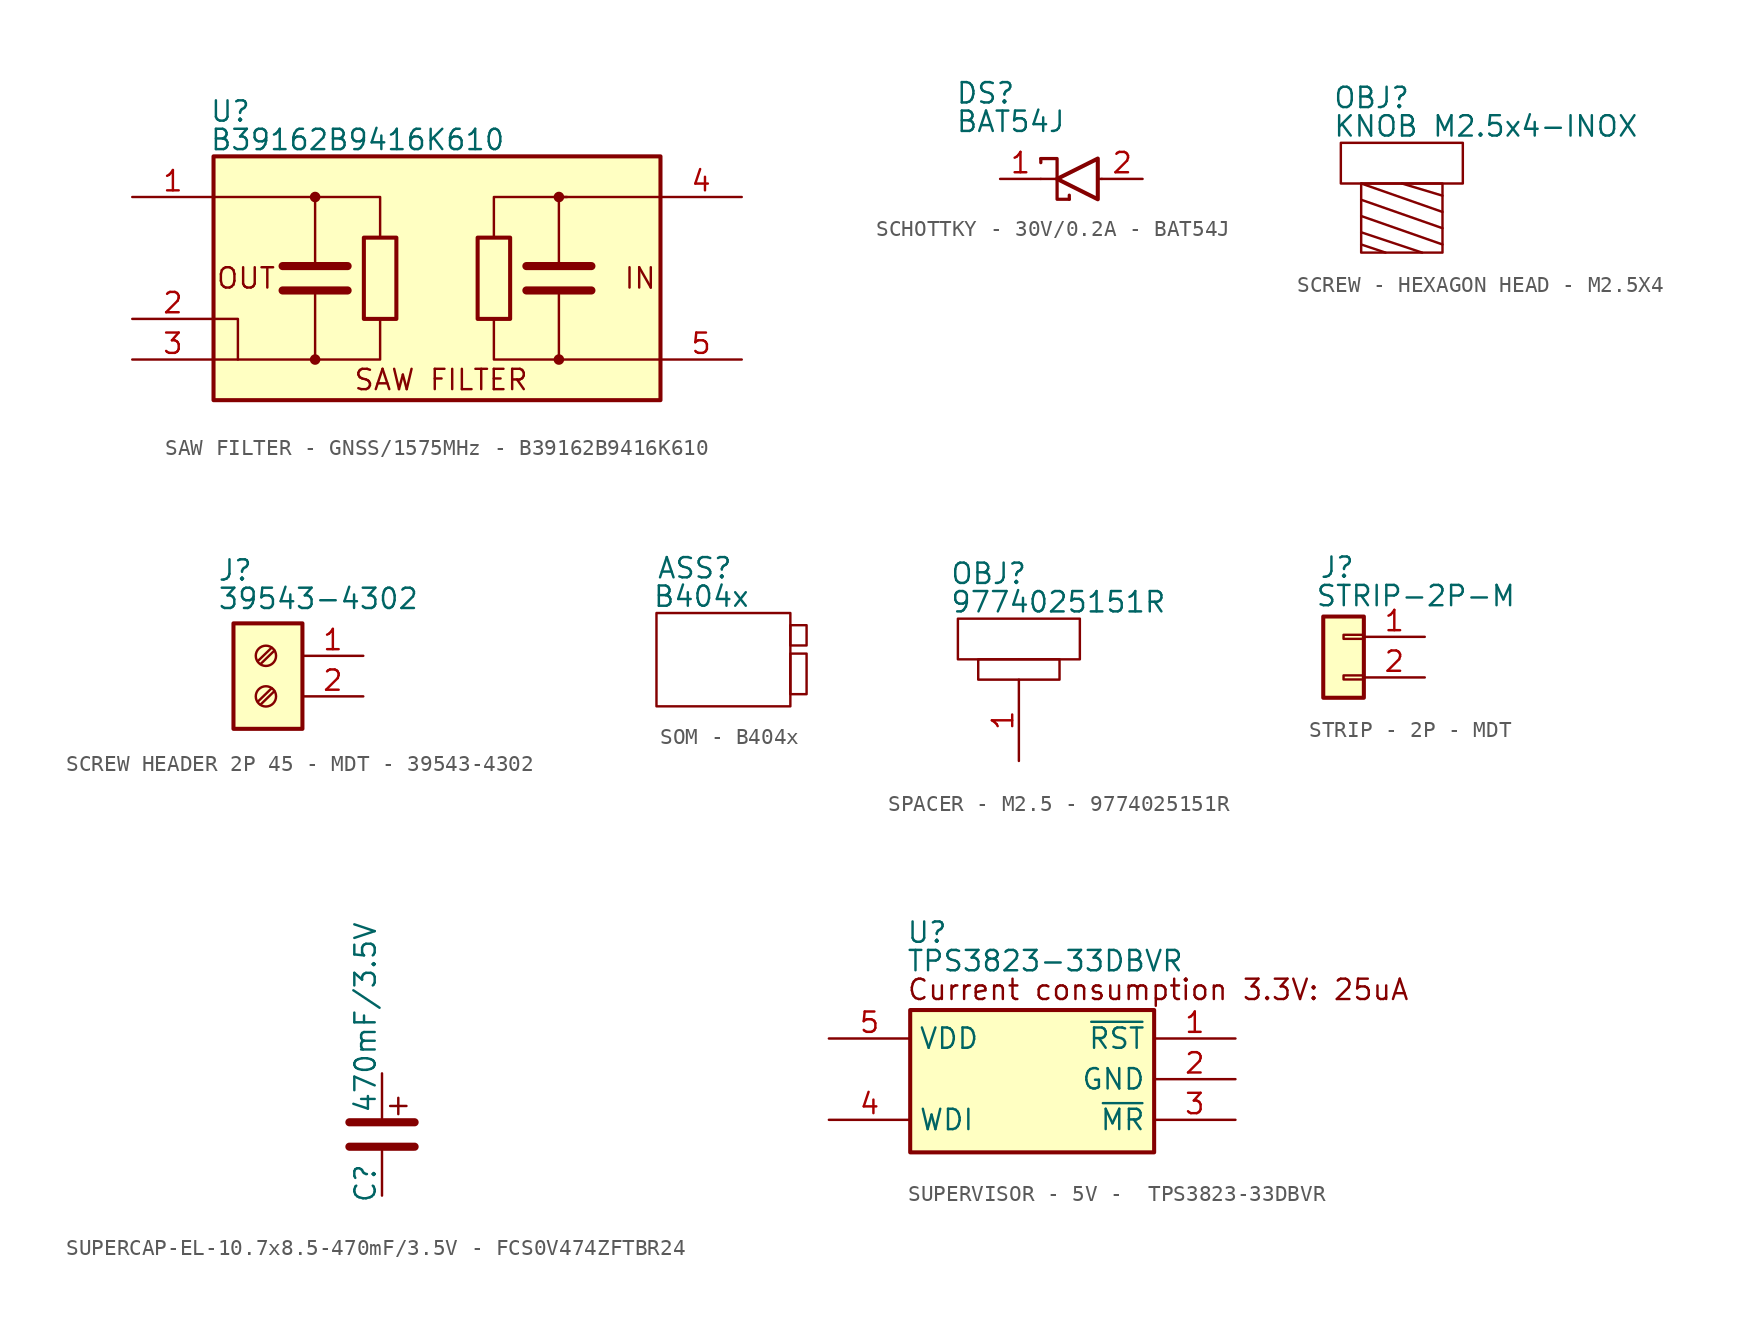
<source format=kicad_sym>
(kicad_symbol_lib
  (version 20241209)
  (generator "kicad_symbol_editor")
  (generator_version "9.0")
  (symbol "SAW FILTER - GNSS/1575MHz - B39162B9416K610"
    (pin_names
      (hide yes))
    (property "Reference" "U"
      (at -14.224 11.176 0)
      (effects (font (size 1.27 1.27)) (justify left top)))
    (property "Value" "B39162B9416K610"
      (at -14.224 9.398 0)
      (effects (font (size 1.27 1.27)) (justify left top)))
    (symbol "SAW FILTER - GNSS/1575MHz - B39162B9416K610_0_1"
      (polyline (pts (xy -9.652 0.762) (xy -5.588 0.762)) (stroke (width 0.508) (type default)) (fill (type none)))
      (polyline (pts (xy -9.652 -0.762) (xy -5.588 -0.762)) (stroke (width 0.508) (type default)) (fill (type none)))
      (polyline (pts (xy -7.62 1.016) (xy -7.62 5.08) (xy -13.97 5.08)) (stroke (width 0) (type default)) (fill (type none)))
      (polyline (pts (xy -7.62 -1.016) (xy -7.62 -5.08) (xy -13.97 -5.08)) (stroke (width 0) (type default)) (fill (type none)))
      (rectangle (start -4.572 2.54) (end -2.54 -2.54) (stroke (width 0.254) (type default)) (fill (type none)))
      (polyline (pts (xy -3.556 2.54) (xy -3.556 5.08) (xy -7.62 5.08)) (stroke (width 0) (type default)) (fill (type none)))
      (polyline (pts (xy -3.556 -2.54) (xy -3.556 -5.08) (xy -7.62 -5.08)) (stroke (width 0) (type default)) (fill (type none)))
      (rectangle (start 2.54 2.54) (end 4.572 -2.54) (stroke (width 0.254) (type default)) (fill (type none)))
      (polyline (pts (xy 3.556 2.54) (xy 3.556 5.08) (xy 8.128 5.08)) (stroke (width 0) (type default)) (fill (type none)))
      (polyline (pts (xy 3.556 -2.54) (xy 3.556 -5.08) (xy 7.62 -5.08)) (stroke (width 0) (type default)) (fill (type none)))
      (polyline (pts (xy 7.62 1.016) (xy 7.62 5.08) (xy 13.97 5.08)) (stroke (width 0) (type default)) (fill (type none)))
      (polyline (pts (xy 7.62 -1.016) (xy 7.62 -5.08) (xy 13.97 -5.08)) (stroke (width 0) (type default)) (fill (type none)))
      (polyline (pts (xy 9.652 0.762) (xy 5.588 0.762)) (stroke (width 0.508) (type default)) (fill (type none)))
      (polyline (pts (xy 9.652 -0.762) (xy 5.588 -0.762)) (stroke (width 0.508) (type default)) (fill (type none))))
    (symbol "SAW FILTER - GNSS/1575MHz - B39162B9416K610_1_1"
      (rectangle (start -13.97 7.62) (end 13.97 -7.62) (stroke (width 0.254) (type default)) (fill (type background)))
      (polyline (pts (xy -13.97 -2.54) (xy -12.446 -2.54) (xy -12.446 -5.08)) (stroke (width 0) (type default)) (fill (type none)))
      (circle (center -7.62 5.08) (radius 0.254) (stroke (width 0) (type default)) (fill (type color) (color 132 0 0 1)))
      (circle (center -7.62 -5.08) (radius 0.254) (stroke (width 0) (type default)) (fill (type color) (color 132 0 0 1)))
      (circle (center 7.62 5.08) (radius 0.254) (stroke (width 0) (type default)) (fill (type color) (color 132 0 0 1)))
      (circle (center 7.62 -5.08) (radius 0.254) (stroke (width 0) (type default)) (fill (type color) (color 132 0 0 1)))
      (text "OUT" (at -11.938 0 0) (effects (font (size 1.27 1.27))))
      (text "SAW FILTER" (at 0.254 -6.35 0) (effects (font (size 1.27 1.27))))
      (text "IN" (at 12.7 0 0) (effects (font (size 1.27 1.27))))
      (pin passive line (at -19.05 5.08 0) (length 5.08) (name "OUT" (effects (font (size 1.27 1.27)))) (number "1" (effects (font (size 1.27 1.27)))))
      (pin passive line (at -19.05 -2.54 0) (length 5.08) (name "GND1" (effects (font (size 1.27 1.27)))) (number "2" (effects (font (size 1.27 1.27)))))
      (pin passive line (at -19.05 -5.08 0) (length 5.08) (name "GND2" (effects (font (size 1.27 1.27)))) (number "3" (effects (font (size 1.27 1.27)))))
      (pin passive line (at 19.05 5.08 180) (length 5.08) (name "IN" (effects (font (size 1.27 1.27)))) (number "4" (effects (font (size 1.27 1.27)))))
      (pin passive line (at 19.05 -5.08 180) (length 5.08) (name "GND3" (effects (font (size 1.27 1.27)))) (number "5" (effects (font (size 1.27 1.27)))))))
  (symbol "SCHOTTKY - 30V/0.2A - BAT54J"
    (property "Reference" "DS"
      (at -6.604 6.096 0)
      (effects (font (size 1.27 1.27)) (justify left top)))
    (property "Value" "BAT54J"
      (at -6.604 4.318 0)
      (effects (font (size 1.27 1.27)) (justify left top)))
    (symbol "SCHOTTKY - 30V/0.2A - BAT54J_0_1"
      (polyline (pts (xy -1.27 1.27) (xy -0.254 1.27) (xy -0.254 -1.27) (xy 0.508 -1.27)) (stroke (width 0.203) (type default)) (fill (type none)))
      (polyline (pts (xy -1.27 0) (xy -0.254 0)) (stroke (width 0) (type default)) (fill (type none)))
      (polyline (pts (xy 2.286 -1.27) (xy 2.286 1.27) (xy -0.254 0) (xy 2.286 -1.27)) (stroke (width 0.254) (type default)) (fill (type none)))
      (polyline (pts (xy 2.54 0) (xy 2.286 0)) (stroke (width 0) (type default)) (fill (type none))))
    (symbol "SCHOTTKY - 30V/0.2A - BAT54J_1_1"
      (polyline (pts (xy -1.27 1.27) (xy -1.27 1.016)) (stroke (width 0.203) (type default)) (fill (type none)))
      (polyline (pts (xy 0.508 -1.27) (xy 0.508 -1.016)) (stroke (width 0.203) (type default)) (fill (type none)))
      (pin passive line (at -3.81 0 0) (length 2.54) (name "" (effects (font (size 1.27 1.27)))) (number "1" (effects (font (size 1.27 1.27)))))
      (pin passive line (at 5.08 0 180) (length 2.54) (name "" (effects (font (size 1.27 1.27)))) (number "2" (effects (font (size 1.27 1.27)))))))
  (symbol "SCREW - HEXAGON HEAD - M2.5X4 "
    (pin_names
      (hide yes))
    (property "Reference" "OBJ"
      (at -4.318 4.826 0)
      (effects (font (size 1.27 1.27)) (justify left top)))
    (property "Value" "KNOB M2.5x4-INOX"
      (at -4.318 3.048 0)
      (effects (font (size 1.27 1.27)) (justify left top)))
    (symbol "SCREW - HEXAGON HEAD - M2.5X4 _0_1"
      (rectangle (start -3.81 1.27) (end 3.81 -1.27) (stroke (width 0) (type default)) (fill (type none)))
      (rectangle (start -2.54 -1.27) (end 2.54 -5.588) (stroke (width 0) (type default)) (fill (type none)))
      (polyline (pts (xy -1.016 -5.588) (xy -2.54 -5.08)) (stroke (width 0) (type default)) (fill (type none)))
      (polyline (pts (xy 1.27 -5.588) (xy -2.54 -4.318)) (stroke (width 0) (type default)) (fill (type none)))
      (polyline (pts (xy 2.54 -2.032) (xy 0 -1.27)) (stroke (width 0) (type default)) (fill (type none)))
      (polyline (pts (xy 2.54 -3.048) (xy -2.54 -1.27)) (stroke (width 0) (type default)) (fill (type none)))
      (polyline (pts (xy 2.54 -4.064) (xy -2.54 -2.286)) (stroke (width 0) (type default)) (fill (type none)))
      (polyline (pts (xy 2.54 -5.08) (xy -2.54 -3.302)) (stroke (width 0) (type default)) (fill (type none)))))
  (symbol "SCREW HEADER 2P 45 - MDT - 39543-4302   "
    (pin_names
      (hide yes))
    (property "Reference" "J"
      (at -7.874 7.366 0)
      (effects (font (size 1.27 1.27)) (justify left top)))
    (property "Value" "39543-4302"
      (at -7.874 5.588 0)
      (effects (font (size 1.27 1.27)) (justify left top)))
    (symbol "SCREW HEADER 2P 45 - MDT - 39543-4302   _1_1"
      (rectangle (start -6.858 3.302) (end -2.54 -3.302) (stroke (width 0.254) (type default)) (fill (type background)))
      (circle (center -4.826 1.27) (radius 0.635) (stroke (width 0.152) (type default)) (fill (type none)))
      (circle (center -4.826 -1.27) (radius 0.635) (stroke (width 0.152) (type default)) (fill (type none)))
      (polyline (pts (xy -4.47 1.778) (xy -5.334 0.94)) (stroke (width 0.152) (type default)) (fill (type none)))
      (polyline (pts (xy -4.47 -0.762) (xy -5.334 -1.6)) (stroke (width 0.152) (type default)) (fill (type none)))
      (polyline (pts (xy -4.293 1.6) (xy -5.156 0.762)) (stroke (width 0.152) (type default)) (fill (type none)))
      (polyline (pts (xy -4.293 -0.94) (xy -5.156 -1.778)) (stroke (width 0.152) (type default)) (fill (type none)))
      (pin passive line (at 1.27 1.27 180) (length 3.81) (name "Pin_1" (effects (font (size 1.27 1.27)))) (number "1" (effects (font (size 1.27 1.27)))))
      (pin passive line (at 1.27 -1.27 180) (length 3.81) (name "Pin_2" (effects (font (size 1.27 1.27)))) (number "2" (effects (font (size 1.27 1.27)))))))
  (symbol "SOM - B404x"
    (property "Reference" "ASS"
      (at -4.064 6.35 0)
      (effects (font (size 1.27 1.27)) (justify left top)))
    (property "Value" "B404x"
      (at -4.318 4.572 0)
      (effects (font (size 1.27 1.27)) (justify left top)))
    (symbol "SOM - B404x_0_1"
      (rectangle (start -4.064 2.794) (end 4.318 -3.048) (stroke (width 0) (type default)) (fill (type none)))
      (rectangle (start 4.318 2.032) (end 5.334 0.762) (stroke (width 0) (type default)) (fill (type none)))
      (rectangle (start 4.318 0.254) (end 5.334 -2.286) (stroke (width 0) (type default)) (fill (type none)))))
  (symbol "SPACER - M2.5 - 9774025151R"
    (pin_names
      (hide yes))
    (property "Reference" "OBJ"
      (at -4.318 4.826 0)
      (effects (font (size 1.27 1.27)) (justify left top)))
    (property "Value" "9774025151R"
      (at -4.318 3.048 0)
      (effects (font (size 1.27 1.27)) (justify left top)))
    (symbol "SPACER - M2.5 - 9774025151R_0_1"
      (rectangle (start -3.81 1.27) (end 3.81 -1.27) (stroke (width 0) (type default)) (fill (type none)))
      (rectangle (start -2.54 -1.27) (end 2.54 -2.54) (stroke (width 0) (type default)) (fill (type none))))
    (symbol "SPACER - M2.5 - 9774025151R_1_1"
      (pin passive line (at 0 -7.62 90) (length 5.08) (name "" (effects (font (size 1.27 1.27)))) (number "1" (effects (font (size 1.27 1.27)))))))
  (symbol "STRIP - 2P - MDT "
    (pin_names
      (hide yes))
    (property "Reference" "J"
      (at -2.794 6.35 0)
      (effects (font (size 1.27 1.27)) (justify left top)))
    (property "Value" "STRIP-2P-M"
      (at -3.048 4.572 0)
      (effects (font (size 1.27 1.27)) (justify left top)))
    (symbol "STRIP - 2P - MDT _1_1"
      (rectangle (start 0 2.54) (end -2.54 -2.54) (stroke (width 0.254) (type default)) (fill (type background)))
      (rectangle (start 0 1.397) (end -1.27 1.143) (stroke (width 0.152) (type default)) (fill (type none)))
      (rectangle (start 0 -1.143) (end -1.27 -1.397) (stroke (width 0.152) (type default)) (fill (type none)))
      (pin passive line (at 3.81 1.27 180) (length 3.81) (name "Pin_1" (effects (font (size 1.27 1.27)))) (number "1" (effects (font (size 1.27 1.27)))))
      (pin passive line (at 3.81 -1.27 180) (length 3.81) (name "Pin_2" (effects (font (size 1.27 1.27)))) (number "2" (effects (font (size 1.27 1.27)))))))
  (symbol "SUPERCAP-EL-10.7x8.5-470mF/3.5V - FCS0V474ZFTBR24 "
    (pin_numbers
      (hide yes))
    (pin_names
      (hide yes))
    (property "Reference" "C"
      (at -1.778 -4.318 90)
      (effects (font (size 1.27 1.27)) (justify left top)))
    (property "Value" "470mF/3.5V"
      (at -1.778 1.27 90)
      (effects (font (size 1.27 1.27)) (justify left top)))
    (symbol "SUPERCAP-EL-10.7x8.5-470mF/3.5V - FCS0V474ZFTBR24 _0_1"
      (polyline (pts (xy -2.032 0.762) (xy 2.032 0.762)) (stroke (width 0.508) (type default)) (fill (type none)))
      (polyline (pts (xy -2.032 -0.762) (xy 2.032 -0.762)) (stroke (width 0.508) (type default)) (fill (type none)))
      (polyline (pts (xy 0.508 1.778) (xy 1.524 1.778)) (stroke (width 0) (type default)) (fill (type none)))
      (polyline (pts (xy 1.016 2.286) (xy 1.016 1.27)) (stroke (width 0) (type default)) (fill (type none))))
    (symbol "SUPERCAP-EL-10.7x8.5-470mF/3.5V - FCS0V474ZFTBR24 _1_1"
      (pin passive line (at 0 3.81 270) (length 2.794) (name "+" (effects (font (size 1.27 1.27)))) (number "1" (effects (font (size 1.27 1.27)))))
      (pin passive line (at 0 -3.81 90) (length 2.794) (name "-" (effects (font (size 1.27 1.27)))) (number "2" (effects (font (size 1.27 1.27)))))))
  (symbol "SUPERVISOR - 5V -  TPS3823-33DBVR"
    (property "Reference" "U"
      (at -7.874 9.906 0)
      (effects (font (size 1.27 1.27)) (justify left top)))
    (property "Value" "TPS3823-33DBVR"
      (at -7.874 8.128 0)
      (effects (font (size 1.27 1.27)) (justify left top)))
    (symbol "SUPERVISOR - 5V -  TPS3823-33DBVR_1_1"
      (rectangle (start -7.62 4.318) (end 7.62 -4.572) (stroke (width 0.254) (type default)) (fill (type background)))
      (text "Current consumption 3.3V: 25uA" (at 7.874 5.588 0) (effects (font (size 1.27 1.27) (color 132 0 0 1))))
      (pin power_in line (at -12.7 2.54 0) (length 5.08) (name "VDD" (effects (font (size 1.27 1.27)))) (number "5" (effects (font (size 1.27 1.27)))))
      (pin power_in line (at -12.7 -2.54 0) (length 5.08) (name "WDI" (effects (font (size 1.27 1.27)))) (number "4" (effects (font (size 1.27 1.27)))))
      (pin output line (at 12.7 2.54 180) (length 5.08) (name "~{RST}" (effects (font (size 1.27 1.27)))) (number "1" (effects (font (size 1.27 1.27)))))
      (pin passive line (at 12.7 0 180) (length 5.08) (name "GND" (effects (font (size 1.27 1.27)))) (number "2" (effects (font (size 1.27 1.27)))))
      (pin input line (at 12.7 -2.54 180) (length 5.08) (name "~{MR}" (effects (font (size 1.27 1.27)))) (number "3" (effects (font (size 1.27 1.27))))))))
</source>
